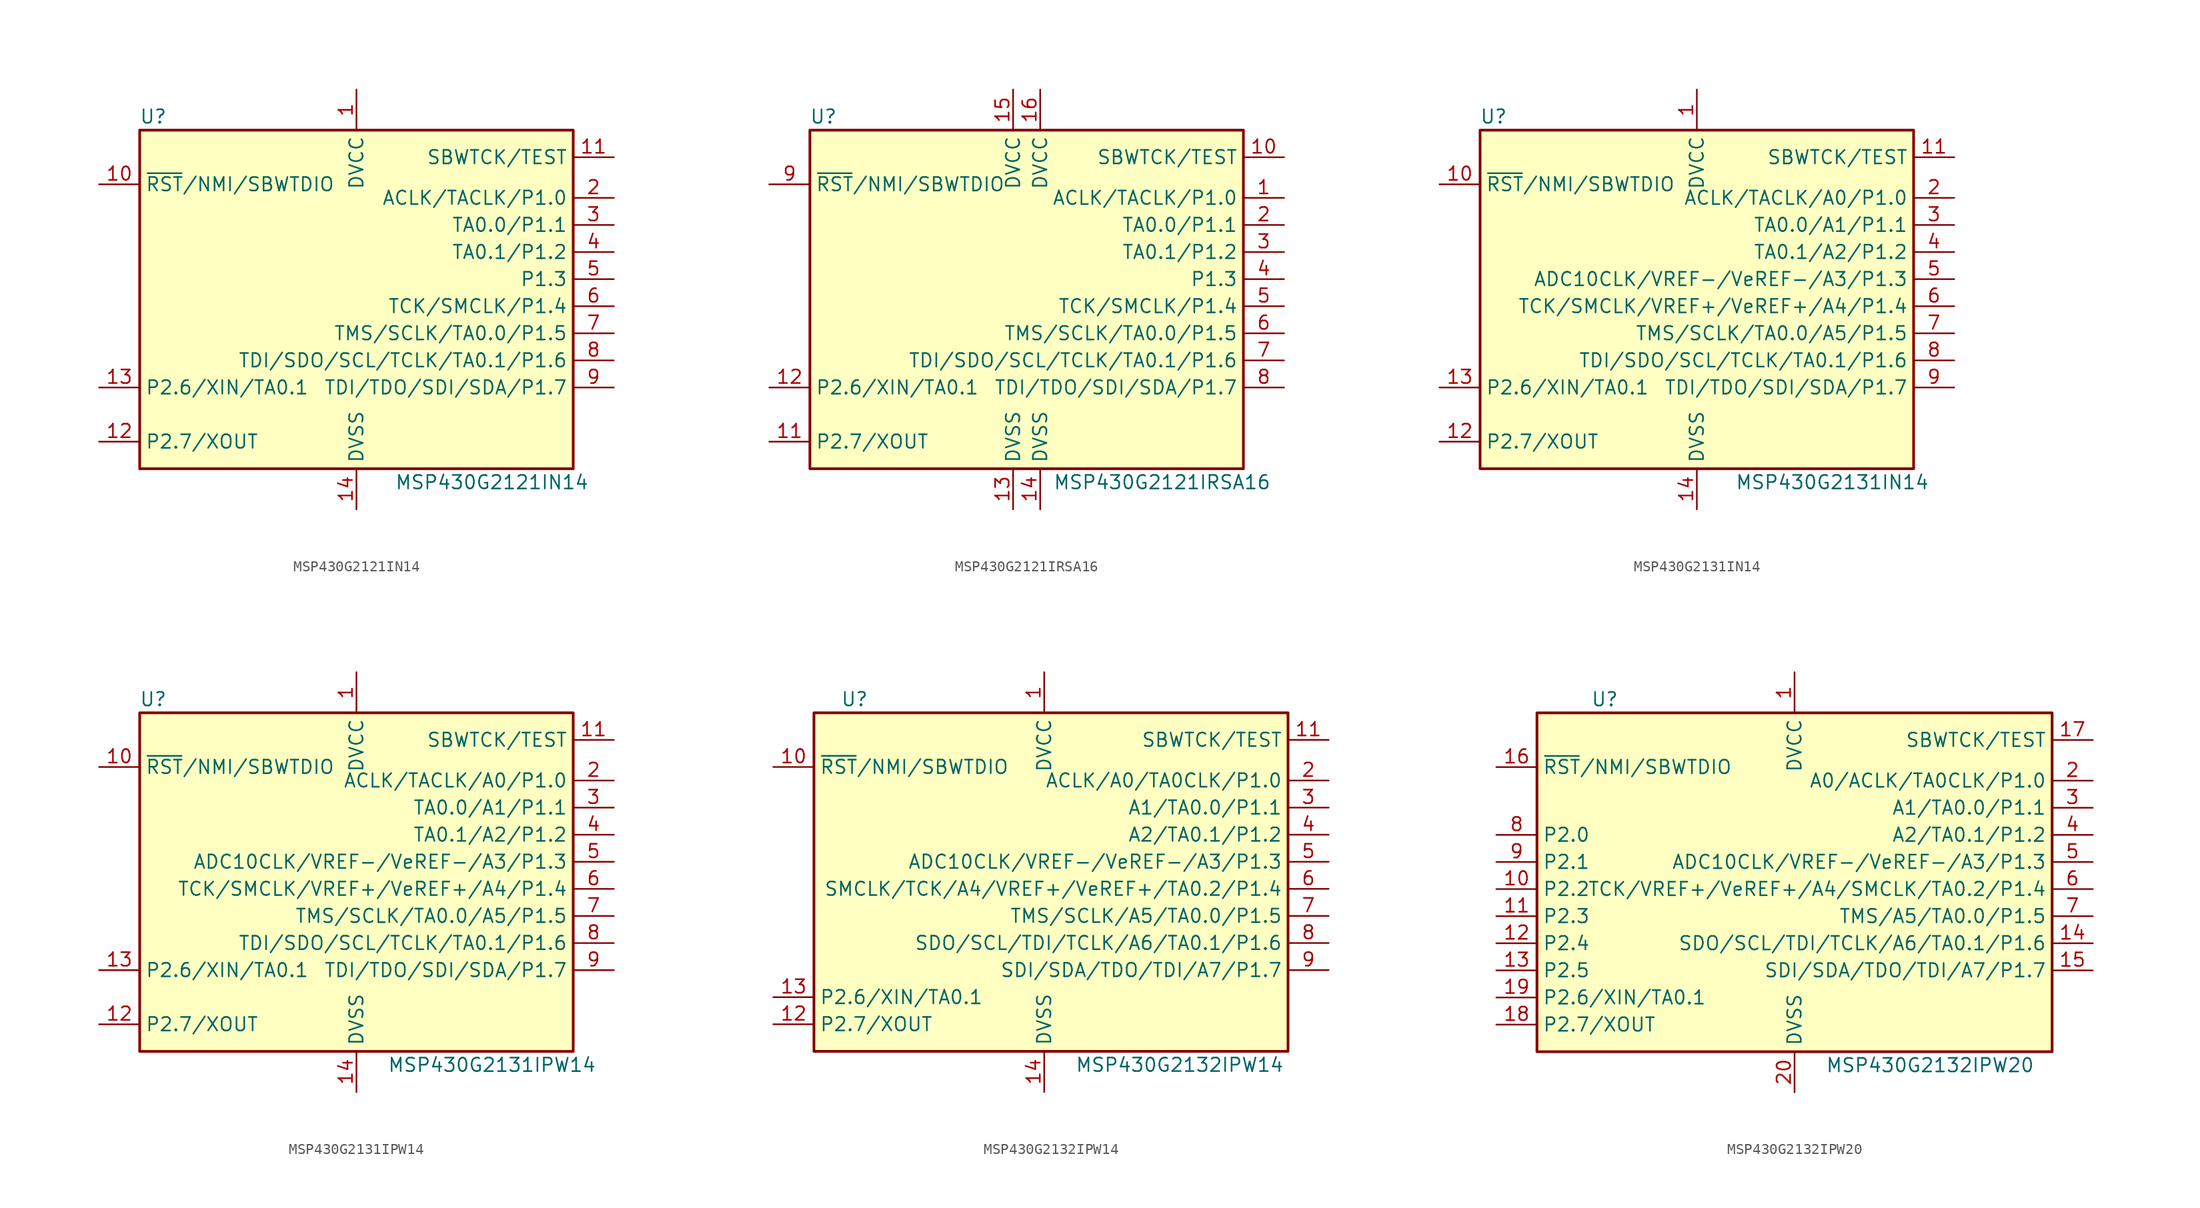
<source format=kicad_sym>
(kicad_symbol_lib
  (version 20211014)
  (generator kicad_symbol_editor)
  (symbol "MSP430G2121IN14"
    (property "Reference" "U"
      (at -19.05 17.78 0)
      (effects (font (size 1.27 1.27))))
    (property "Value" "MSP430G2121IN14"
      (at 12.7 -16.51 0)
      (effects (font (size 1.27 1.27))))
    (symbol "MSP430G2121IN14_0_1"
      (rectangle (start -20.32 16.51) (end 20.32 -15.24) (stroke (width 0.254) (type default) (color 0 0 0 0)) (fill (type background))))
    (symbol "MSP430G2121IN14_1_1"
      (pin power_in line (at 0 20.32 270) (length 3.81) (name "DVCC" (effects (font (size 1.27 1.27)))) (number "1" (effects (font (size 1.27 1.27)))))
      (pin input line (at -24.13 11.43 0) (length 3.81) (name "~{RST}/NMI/SBWTDIO" (effects (font (size 1.27 1.27)))) (number "10" (effects (font (size 1.27 1.27)))))
      (pin input line (at 24.13 13.97 180) (length 3.81) (name "SBWTCK/TEST" (effects (font (size 1.27 1.27)))) (number "11" (effects (font (size 1.27 1.27)))))
      (pin bidirectional line (at -24.13 -12.7 0) (length 3.81) (name "P2.7/XOUT" (effects (font (size 1.27 1.27)))) (number "12" (effects (font (size 1.27 1.27)))))
      (pin bidirectional line (at -24.13 -7.62 0) (length 3.81) (name "P2.6/XIN/TA0.1" (effects (font (size 1.27 1.27)))) (number "13" (effects (font (size 1.27 1.27)))))
      (pin power_in line (at 0 -19.05 90) (length 3.81) (name "DVSS" (effects (font (size 1.27 1.27)))) (number "14" (effects (font (size 1.27 1.27)))))
      (pin bidirectional line (at 24.13 10.16 180) (length 3.81) (name "ACLK/TACLK/P1.0" (effects (font (size 1.27 1.27)))) (number "2" (effects (font (size 1.27 1.27)))))
      (pin bidirectional line (at 24.13 7.62 180) (length 3.81) (name "TA0.0/P1.1" (effects (font (size 1.27 1.27)))) (number "3" (effects (font (size 1.27 1.27)))))
      (pin bidirectional line (at 24.13 5.08 180) (length 3.81) (name "TA0.1/P1.2" (effects (font (size 1.27 1.27)))) (number "4" (effects (font (size 1.27 1.27)))))
      (pin bidirectional line (at 24.13 2.54 180) (length 3.81) (name "P1.3" (effects (font (size 1.27 1.27)))) (number "5" (effects (font (size 1.27 1.27)))))
      (pin bidirectional line (at 24.13 0 180) (length 3.81) (name "TCK/SMCLK/P1.4" (effects (font (size 1.27 1.27)))) (number "6" (effects (font (size 1.27 1.27)))))
      (pin bidirectional line (at 24.13 -2.54 180) (length 3.81) (name "TMS/SCLK/TA0.0/P1.5" (effects (font (size 1.27 1.27)))) (number "7" (effects (font (size 1.27 1.27)))))
      (pin bidirectional line (at 24.13 -5.08 180) (length 3.81) (name "TDI/SDO/SCL/TCLK/TA0.1/P1.6" (effects (font (size 1.27 1.27)))) (number "8" (effects (font (size 1.27 1.27)))))
      (pin bidirectional line (at 24.13 -7.62 180) (length 3.81) (name "TDI/TDO/SDI/SDA/P1.7" (effects (font (size 1.27 1.27)))) (number "9" (effects (font (size 1.27 1.27)))))))
  (symbol "MSP430G2121IRSA16"
    (property "Reference" "U"
      (at -19.05 17.78 0)
      (effects (font (size 1.27 1.27))))
    (property "Value" "MSP430G2121IRSA16"
      (at 12.7 -16.51 0)
      (effects (font (size 1.27 1.27))))
    (symbol "MSP430G2121IRSA16_0_1"
      (rectangle (start -20.32 16.51) (end 20.32 -15.24) (stroke (width 0.254) (type default) (color 0 0 0 0)) (fill (type background))))
    (symbol "MSP430G2121IRSA16_1_1"
      (pin bidirectional line (at 24.13 10.16 180) (length 3.81) (name "ACLK/TACLK/P1.0" (effects (font (size 1.27 1.27)))) (number "1" (effects (font (size 1.27 1.27)))))
      (pin input line (at 24.13 13.97 180) (length 3.81) (name "SBWTCK/TEST" (effects (font (size 1.27 1.27)))) (number "10" (effects (font (size 1.27 1.27)))))
      (pin bidirectional line (at -24.13 -12.7 0) (length 3.81) (name "P2.7/XOUT" (effects (font (size 1.27 1.27)))) (number "11" (effects (font (size 1.27 1.27)))))
      (pin bidirectional line (at -24.13 -7.62 0) (length 3.81) (name "P2.6/XIN/TA0.1" (effects (font (size 1.27 1.27)))) (number "12" (effects (font (size 1.27 1.27)))))
      (pin power_in line (at -1.27 -19.05 90) (length 3.81) (name "DVSS" (effects (font (size 1.27 1.27)))) (number "13" (effects (font (size 1.27 1.27)))))
      (pin power_in line (at 1.27 -19.05 90) (length 3.81) (name "DVSS" (effects (font (size 1.27 1.27)))) (number "14" (effects (font (size 1.27 1.27)))))
      (pin power_in line (at -1.27 20.32 270) (length 3.81) (name "DVCC" (effects (font (size 1.27 1.27)))) (number "15" (effects (font (size 1.27 1.27)))))
      (pin power_in line (at 1.27 20.32 270) (length 3.81) (name "DVCC" (effects (font (size 1.27 1.27)))) (number "16" (effects (font (size 1.27 1.27)))))
      (pin bidirectional line (at 24.13 7.62 180) (length 3.81) (name "TA0.0/P1.1" (effects (font (size 1.27 1.27)))) (number "2" (effects (font (size 1.27 1.27)))))
      (pin bidirectional line (at 24.13 5.08 180) (length 3.81) (name "TA0.1/P1.2" (effects (font (size 1.27 1.27)))) (number "3" (effects (font (size 1.27 1.27)))))
      (pin bidirectional line (at 24.13 2.54 180) (length 3.81) (name "P1.3" (effects (font (size 1.27 1.27)))) (number "4" (effects (font (size 1.27 1.27)))))
      (pin bidirectional line (at 24.13 0 180) (length 3.81) (name "TCK/SMCLK/P1.4" (effects (font (size 1.27 1.27)))) (number "5" (effects (font (size 1.27 1.27)))))
      (pin bidirectional line (at 24.13 -2.54 180) (length 3.81) (name "TMS/SCLK/TA0.0/P1.5" (effects (font (size 1.27 1.27)))) (number "6" (effects (font (size 1.27 1.27)))))
      (pin bidirectional line (at 24.13 -5.08 180) (length 3.81) (name "TDI/SDO/SCL/TCLK/TA0.1/P1.6" (effects (font (size 1.27 1.27)))) (number "7" (effects (font (size 1.27 1.27)))))
      (pin bidirectional line (at 24.13 -7.62 180) (length 3.81) (name "TDI/TDO/SDI/SDA/P1.7" (effects (font (size 1.27 1.27)))) (number "8" (effects (font (size 1.27 1.27)))))
      (pin input line (at -24.13 11.43 0) (length 3.81) (name "~{RST}/NMI/SBWTDIO" (effects (font (size 1.27 1.27)))) (number "9" (effects (font (size 1.27 1.27)))))))
  (symbol "MSP430G2131IN14"
    (property "Reference" "U"
      (at -19.05 17.78 0)
      (effects (font (size 1.27 1.27))))
    (property "Value" "MSP430G2131IN14"
      (at 12.7 -16.51 0)
      (effects (font (size 1.27 1.27))))
    (symbol "MSP430G2131IN14_0_1"
      (rectangle (start -20.32 16.51) (end 20.32 -15.24) (stroke (width 0.254) (type default) (color 0 0 0 0)) (fill (type background))))
    (symbol "MSP430G2131IN14_1_1"
      (pin power_in line (at 0 20.32 270) (length 3.81) (name "DVCC" (effects (font (size 1.27 1.27)))) (number "1" (effects (font (size 1.27 1.27)))))
      (pin input line (at -24.13 11.43 0) (length 3.81) (name "~{RST}/NMI/SBWTDIO" (effects (font (size 1.27 1.27)))) (number "10" (effects (font (size 1.27 1.27)))))
      (pin input line (at 24.13 13.97 180) (length 3.81) (name "SBWTCK/TEST" (effects (font (size 1.27 1.27)))) (number "11" (effects (font (size 1.27 1.27)))))
      (pin bidirectional line (at -24.13 -12.7 0) (length 3.81) (name "P2.7/XOUT" (effects (font (size 1.27 1.27)))) (number "12" (effects (font (size 1.27 1.27)))))
      (pin bidirectional line (at -24.13 -7.62 0) (length 3.81) (name "P2.6/XIN/TA0.1" (effects (font (size 1.27 1.27)))) (number "13" (effects (font (size 1.27 1.27)))))
      (pin power_in line (at 0 -19.05 90) (length 3.81) (name "DVSS" (effects (font (size 1.27 1.27)))) (number "14" (effects (font (size 1.27 1.27)))))
      (pin bidirectional line (at 24.13 10.16 180) (length 3.81) (name "ACLK/TACLK/A0/P1.0" (effects (font (size 1.27 1.27)))) (number "2" (effects (font (size 1.27 1.27)))))
      (pin bidirectional line (at 24.13 7.62 180) (length 3.81) (name "TA0.0/A1/P1.1" (effects (font (size 1.27 1.27)))) (number "3" (effects (font (size 1.27 1.27)))))
      (pin bidirectional line (at 24.13 5.08 180) (length 3.81) (name "TA0.1/A2/P1.2" (effects (font (size 1.27 1.27)))) (number "4" (effects (font (size 1.27 1.27)))))
      (pin bidirectional line (at 24.13 2.54 180) (length 3.81) (name "ADC10CLK/VREF-/VeREF-/A3/P1.3" (effects (font (size 1.27 1.27)))) (number "5" (effects (font (size 1.27 1.27)))))
      (pin bidirectional line (at 24.13 0 180) (length 3.81) (name "TCK/SMCLK/VREF+/VeREF+/A4/P1.4" (effects (font (size 1.27 1.27)))) (number "6" (effects (font (size 1.27 1.27)))))
      (pin bidirectional line (at 24.13 -2.54 180) (length 3.81) (name "TMS/SCLK/TA0.0/A5/P1.5" (effects (font (size 1.27 1.27)))) (number "7" (effects (font (size 1.27 1.27)))))
      (pin bidirectional line (at 24.13 -5.08 180) (length 3.81) (name "TDI/SDO/SCL/TCLK/TA0.1/P1.6" (effects (font (size 1.27 1.27)))) (number "8" (effects (font (size 1.27 1.27)))))
      (pin bidirectional line (at 24.13 -7.62 180) (length 3.81) (name "TDI/TDO/SDI/SDA/P1.7" (effects (font (size 1.27 1.27)))) (number "9" (effects (font (size 1.27 1.27)))))))
  (symbol "MSP430G2131IPW14"
    (property "Reference" "U"
      (at -19.05 17.78 0)
      (effects (font (size 1.27 1.27))))
    (property "Value" "MSP430G2131IPW14"
      (at 12.7 -16.51 0)
      (effects (font (size 1.27 1.27))))
    (symbol "MSP430G2131IPW14_0_1"
      (rectangle (start -20.32 16.51) (end 20.32 -15.24) (stroke (width 0.254) (type default) (color 0 0 0 0)) (fill (type background))))
    (symbol "MSP430G2131IPW14_1_1"
      (pin power_in line (at 0 20.32 270) (length 3.81) (name "DVCC" (effects (font (size 1.27 1.27)))) (number "1" (effects (font (size 1.27 1.27)))))
      (pin input line (at -24.13 11.43 0) (length 3.81) (name "~{RST}/NMI/SBWTDIO" (effects (font (size 1.27 1.27)))) (number "10" (effects (font (size 1.27 1.27)))))
      (pin input line (at 24.13 13.97 180) (length 3.81) (name "SBWTCK/TEST" (effects (font (size 1.27 1.27)))) (number "11" (effects (font (size 1.27 1.27)))))
      (pin bidirectional line (at -24.13 -12.7 0) (length 3.81) (name "P2.7/XOUT" (effects (font (size 1.27 1.27)))) (number "12" (effects (font (size 1.27 1.27)))))
      (pin bidirectional line (at -24.13 -7.62 0) (length 3.81) (name "P2.6/XIN/TA0.1" (effects (font (size 1.27 1.27)))) (number "13" (effects (font (size 1.27 1.27)))))
      (pin power_in line (at 0 -19.05 90) (length 3.81) (name "DVSS" (effects (font (size 1.27 1.27)))) (number "14" (effects (font (size 1.27 1.27)))))
      (pin bidirectional line (at 24.13 10.16 180) (length 3.81) (name "ACLK/TACLK/A0/P1.0" (effects (font (size 1.27 1.27)))) (number "2" (effects (font (size 1.27 1.27)))))
      (pin bidirectional line (at 24.13 7.62 180) (length 3.81) (name "TA0.0/A1/P1.1" (effects (font (size 1.27 1.27)))) (number "3" (effects (font (size 1.27 1.27)))))
      (pin bidirectional line (at 24.13 5.08 180) (length 3.81) (name "TA0.1/A2/P1.2" (effects (font (size 1.27 1.27)))) (number "4" (effects (font (size 1.27 1.27)))))
      (pin bidirectional line (at 24.13 2.54 180) (length 3.81) (name "ADC10CLK/VREF-/VeREF-/A3/P1.3" (effects (font (size 1.27 1.27)))) (number "5" (effects (font (size 1.27 1.27)))))
      (pin bidirectional line (at 24.13 0 180) (length 3.81) (name "TCK/SMCLK/VREF+/VeREF+/A4/P1.4" (effects (font (size 1.27 1.27)))) (number "6" (effects (font (size 1.27 1.27)))))
      (pin bidirectional line (at 24.13 -2.54 180) (length 3.81) (name "TMS/SCLK/TA0.0/A5/P1.5" (effects (font (size 1.27 1.27)))) (number "7" (effects (font (size 1.27 1.27)))))
      (pin bidirectional line (at 24.13 -5.08 180) (length 3.81) (name "TDI/SDO/SCL/TCLK/TA0.1/P1.6" (effects (font (size 1.27 1.27)))) (number "8" (effects (font (size 1.27 1.27)))))
      (pin bidirectional line (at 24.13 -7.62 180) (length 3.81) (name "TDI/TDO/SDI/SDA/P1.7" (effects (font (size 1.27 1.27)))) (number "9" (effects (font (size 1.27 1.27)))))))
  (symbol "MSP430G2132IPW14"
    (property "Reference" "U"
      (at -17.78 17.78 0)
      (effects (font (size 1.27 1.27))))
    (property "Value" "MSP430G2132IPW14"
      (at 12.7 -16.51 0)
      (effects (font (size 1.27 1.27))))
    (symbol "MSP430G2132IPW14_0_1"
      (rectangle (start -21.59 16.51) (end 22.86 -15.24) (stroke (width 0.254) (type default) (color 0 0 0 0)) (fill (type background))))
    (symbol "MSP430G2132IPW14_1_1"
      (pin power_in line (at 0 20.32 270) (length 3.81) (name "DVCC" (effects (font (size 1.27 1.27)))) (number "1" (effects (font (size 1.27 1.27)))))
      (pin input line (at -25.4 11.43 0) (length 3.81) (name "~{RST}/NMI/SBWTDIO" (effects (font (size 1.27 1.27)))) (number "10" (effects (font (size 1.27 1.27)))))
      (pin input line (at 26.67 13.97 180) (length 3.81) (name "SBWTCK/TEST" (effects (font (size 1.27 1.27)))) (number "11" (effects (font (size 1.27 1.27)))))
      (pin bidirectional line (at -25.4 -12.7 0) (length 3.81) (name "P2.7/XOUT" (effects (font (size 1.27 1.27)))) (number "12" (effects (font (size 1.27 1.27)))))
      (pin bidirectional line (at -25.4 -10.16 0) (length 3.81) (name "P2.6/XIN/TA0.1" (effects (font (size 1.27 1.27)))) (number "13" (effects (font (size 1.27 1.27)))))
      (pin power_in line (at 0 -19.05 90) (length 3.81) (name "DVSS" (effects (font (size 1.27 1.27)))) (number "14" (effects (font (size 1.27 1.27)))))
      (pin bidirectional line (at 26.67 10.16 180) (length 3.81) (name "ACLK/A0/TA0CLK/P1.0" (effects (font (size 1.27 1.27)))) (number "2" (effects (font (size 1.27 1.27)))))
      (pin bidirectional line (at 26.67 7.62 180) (length 3.81) (name "A1/TA0.0/P1.1" (effects (font (size 1.27 1.27)))) (number "3" (effects (font (size 1.27 1.27)))))
      (pin bidirectional line (at 26.67 5.08 180) (length 3.81) (name "A2/TA0.1/P1.2" (effects (font (size 1.27 1.27)))) (number "4" (effects (font (size 1.27 1.27)))))
      (pin bidirectional line (at 26.67 2.54 180) (length 3.81) (name "ADC10CLK/VREF-/VeREF-/A3/P1.3" (effects (font (size 1.27 1.27)))) (number "5" (effects (font (size 1.27 1.27)))))
      (pin bidirectional line (at 26.67 0 180) (length 3.81) (name "SMCLK/TCK/A4/VREF+/VeREF+/TA0.2/P1.4" (effects (font (size 1.27 1.27)))) (number "6" (effects (font (size 1.27 1.27)))))
      (pin bidirectional line (at 26.67 -2.54 180) (length 3.81) (name "TMS/SCLK/A5/TA0.0/P1.5" (effects (font (size 1.27 1.27)))) (number "7" (effects (font (size 1.27 1.27)))))
      (pin bidirectional line (at 26.67 -5.08 180) (length 3.81) (name "SDO/SCL/TDI/TCLK/A6/TA0.1/P1.6" (effects (font (size 1.27 1.27)))) (number "8" (effects (font (size 1.27 1.27)))))
      (pin bidirectional line (at 26.67 -7.62 180) (length 3.81) (name "SDI/SDA/TDO/TDI/A7/P1.7" (effects (font (size 1.27 1.27)))) (number "9" (effects (font (size 1.27 1.27)))))))
  (symbol "MSP430G2132IPW20"
    (property "Reference" "U"
      (at -17.78 17.78 0)
      (effects (font (size 1.27 1.27))))
    (property "Value" "MSP430G2132IPW20"
      (at 12.7 -16.51 0)
      (effects (font (size 1.27 1.27))))
    (symbol "MSP430G2132IPW20_0_1"
      (rectangle (start -24.13 16.51) (end 24.13 -15.24) (stroke (width 0.254) (type default) (color 0 0 0 0)) (fill (type background))))
    (symbol "MSP430G2132IPW20_1_1"
      (pin power_in line (at 0 20.32 270) (length 3.81) (name "DVCC" (effects (font (size 1.27 1.27)))) (number "1" (effects (font (size 1.27 1.27)))))
      (pin bidirectional line (at -27.94 0 0) (length 3.81) (name "P2.2" (effects (font (size 1.27 1.27)))) (number "10" (effects (font (size 1.27 1.27)))))
      (pin bidirectional line (at -27.94 -2.54 0) (length 3.81) (name "P2.3" (effects (font (size 1.27 1.27)))) (number "11" (effects (font (size 1.27 1.27)))))
      (pin bidirectional line (at -27.94 -5.08 0) (length 3.81) (name "P2.4" (effects (font (size 1.27 1.27)))) (number "12" (effects (font (size 1.27 1.27)))))
      (pin bidirectional line (at -27.94 -7.62 0) (length 3.81) (name "P2.5" (effects (font (size 1.27 1.27)))) (number "13" (effects (font (size 1.27 1.27)))))
      (pin bidirectional line (at 27.94 -5.08 180) (length 3.81) (name "SDO/SCL/TDI/TCLK/A6/TA0.1/P1.6" (effects (font (size 1.27 1.27)))) (number "14" (effects (font (size 1.27 1.27)))))
      (pin bidirectional line (at 27.94 -7.62 180) (length 3.81) (name "SDI/SDA/TDO/TDI/A7/P1.7" (effects (font (size 1.27 1.27)))) (number "15" (effects (font (size 1.27 1.27)))))
      (pin input line (at -27.94 11.43 0) (length 3.81) (name "~{RST}/NMI/SBWTDIO" (effects (font (size 1.27 1.27)))) (number "16" (effects (font (size 1.27 1.27)))))
      (pin input line (at 27.94 13.97 180) (length 3.81) (name "SBWTCK/TEST" (effects (font (size 1.27 1.27)))) (number "17" (effects (font (size 1.27 1.27)))))
      (pin bidirectional line (at -27.94 -12.7 0) (length 3.81) (name "P2.7/XOUT" (effects (font (size 1.27 1.27)))) (number "18" (effects (font (size 1.27 1.27)))))
      (pin bidirectional line (at -27.94 -10.16 0) (length 3.81) (name "P2.6/XIN/TA0.1" (effects (font (size 1.27 1.27)))) (number "19" (effects (font (size 1.27 1.27)))))
      (pin bidirectional line (at 27.94 10.16 180) (length 3.81) (name "A0/ACLK/TA0CLK/P1.0" (effects (font (size 1.27 1.27)))) (number "2" (effects (font (size 1.27 1.27)))))
      (pin power_in line (at 0 -19.05 90) (length 3.81) (name "DVSS" (effects (font (size 1.27 1.27)))) (number "20" (effects (font (size 1.27 1.27)))))
      (pin bidirectional line (at 27.94 7.62 180) (length 3.81) (name "A1/TA0.0/P1.1" (effects (font (size 1.27 1.27)))) (number "3" (effects (font (size 1.27 1.27)))))
      (pin bidirectional line (at 27.94 5.08 180) (length 3.81) (name "A2/TA0.1/P1.2" (effects (font (size 1.27 1.27)))) (number "4" (effects (font (size 1.27 1.27)))))
      (pin bidirectional line (at 27.94 2.54 180) (length 3.81) (name "ADC10CLK/VREF-/VeREF-/A3/P1.3" (effects (font (size 1.27 1.27)))) (number "5" (effects (font (size 1.27 1.27)))))
      (pin bidirectional line (at 27.94 0 180) (length 3.81) (name "TCK/VREF+/VeREF+/A4/SMCLK/TA0.2/P1.4" (effects (font (size 1.27 1.27)))) (number "6" (effects (font (size 1.27 1.27)))))
      (pin bidirectional line (at 27.94 -2.54 180) (length 3.81) (name "TMS/A5/TA0.0/P1.5" (effects (font (size 1.27 1.27)))) (number "7" (effects (font (size 1.27 1.27)))))
      (pin bidirectional line (at -27.94 5.08 0) (length 3.81) (name "P2.0" (effects (font (size 1.27 1.27)))) (number "8" (effects (font (size 1.27 1.27)))))
      (pin bidirectional line (at -27.94 2.54 0) (length 3.81) (name "P2.1" (effects (font (size 1.27 1.27)))) (number "9" (effects (font (size 1.27 1.27))))))))
</source>
